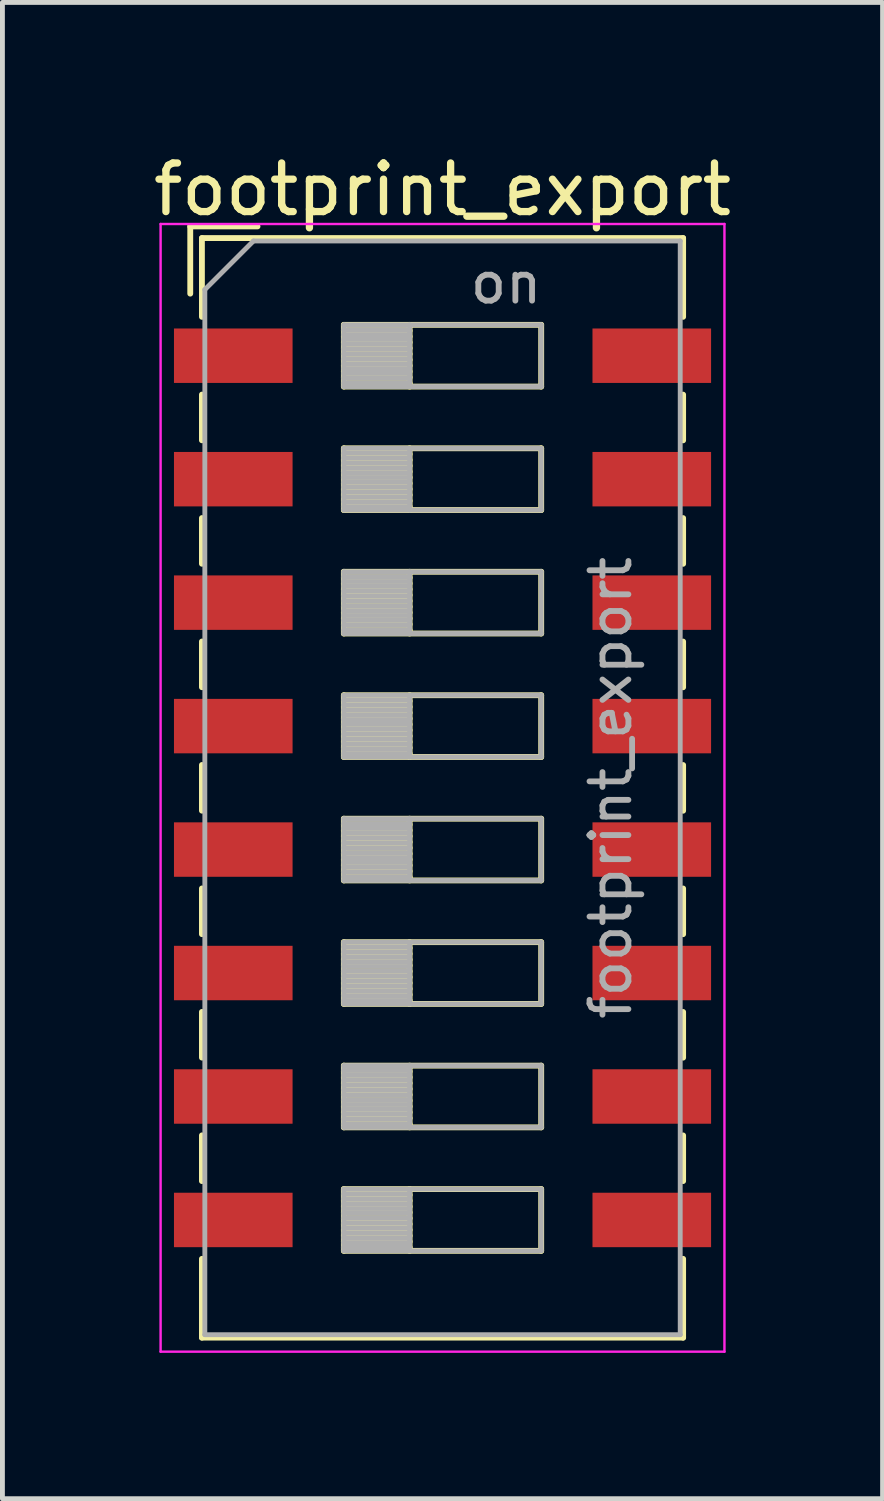
<source format=kicad_pcb>
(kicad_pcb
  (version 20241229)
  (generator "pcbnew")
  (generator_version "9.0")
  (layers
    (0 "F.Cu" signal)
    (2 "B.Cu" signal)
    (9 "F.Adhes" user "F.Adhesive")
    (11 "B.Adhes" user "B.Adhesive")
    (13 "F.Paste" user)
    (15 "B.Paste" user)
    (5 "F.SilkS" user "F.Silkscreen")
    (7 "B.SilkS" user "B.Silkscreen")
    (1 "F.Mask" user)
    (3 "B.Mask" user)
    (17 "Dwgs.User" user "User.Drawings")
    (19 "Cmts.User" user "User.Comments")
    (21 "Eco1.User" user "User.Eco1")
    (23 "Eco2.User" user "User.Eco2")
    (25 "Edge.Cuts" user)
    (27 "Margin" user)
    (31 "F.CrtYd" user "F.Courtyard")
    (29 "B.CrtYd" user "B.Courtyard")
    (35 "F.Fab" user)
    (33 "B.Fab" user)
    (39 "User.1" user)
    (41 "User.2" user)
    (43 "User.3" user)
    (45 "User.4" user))
  (footprint "footprint_export"
    (layer "F.Cu")
    (at 6.054 13.158)
    (property "Reference" "footprint_export" (at 0 -12.31 0) (layer "F.SilkS") (effects (font (size 1 1) (thickness 0.15))))
    (attr smd)
    (fp_line (start -5.19 -11.55) (end -5.19 -10.167) (stroke (width 0.12) (type solid)) (layer "F.SilkS"))
    (fp_line (start -5.19 -11.55) (end -3.806 -11.55) (stroke (width 0.12) (type solid)) (layer "F.SilkS"))
    (fp_line (start -4.95 -11.31) (end -4.95 -9.69) (stroke (width 0.12) (type solid)) (layer "F.SilkS"))
    (fp_line (start -4.95 -11.31) (end 4.95 -11.31) (stroke (width 0.12) (type solid)) (layer "F.SilkS"))
    (fp_line (start -4.95 -8.09) (end -4.95 -7.15) (stroke (width 0.12) (type solid)) (layer "F.SilkS"))
    (fp_line (start -4.95 -5.55) (end -4.95 -4.61) (stroke (width 0.12) (type solid)) (layer "F.SilkS"))
    (fp_line (start -4.95 -3.01) (end -4.95 -2.07) (stroke (width 0.12) (type solid)) (layer "F.SilkS"))
    (fp_line (start -4.95 -0.47) (end -4.95 0.47) (stroke (width 0.12) (type solid)) (layer "F.SilkS"))
    (fp_line (start -4.95 2.07) (end -4.95 3.01) (stroke (width 0.12) (type solid)) (layer "F.SilkS"))
    (fp_line (start -4.95 4.61) (end -4.95 5.55) (stroke (width 0.12) (type solid)) (layer "F.SilkS"))
    (fp_line (start -4.95 7.15) (end -4.95 8.09) (stroke (width 0.12) (type solid)) (layer "F.SilkS"))
    (fp_line (start -4.95 9.69) (end -4.95 11.311) (stroke (width 0.12) (type solid)) (layer "F.SilkS"))
    (fp_line (start -4.95 11.311) (end 4.95 11.311) (stroke (width 0.12) (type solid)) (layer "F.SilkS"))
    (fp_line (start -2.03 -9.525) (end -2.03 -8.255) (stroke (width 0.12) (type solid)) (layer "F.SilkS"))
    (fp_line (start -2.03 -9.405) (end -0.677 -9.405) (stroke (width 0.12) (type solid)) (layer "F.SilkS"))
    (fp_line (start -2.03 -9.285) (end -0.677 -9.285) (stroke (width 0.12) (type solid)) (layer "F.SilkS"))
    (fp_line (start -2.03 -9.165) (end -0.677 -9.165) (stroke (width 0.12) (type solid)) (layer "F.SilkS"))
    (fp_line (start -2.03 -9.045) (end -0.677 -9.045) (stroke (width 0.12) (type solid)) (layer "F.SilkS"))
    (fp_line (start -2.03 -8.925) (end -0.677 -8.925) (stroke (width 0.12) (type solid)) (layer "F.SilkS"))
    (fp_line (start -2.03 -8.805) (end -0.677 -8.805) (stroke (width 0.12) (type solid)) (layer "F.SilkS"))
    (fp_line (start -2.03 -8.685) (end -0.677 -8.685) (stroke (width 0.12) (type solid)) (layer "F.SilkS"))
    (fp_line (start -2.03 -8.565) (end -0.677 -8.565) (stroke (width 0.12) (type solid)) (layer "F.SilkS"))
    (fp_line (start -2.03 -8.445) (end -0.677 -8.445) (stroke (width 0.12) (type solid)) (layer "F.SilkS"))
    (fp_line (start -2.03 -8.325) (end -0.677 -8.325) (stroke (width 0.12) (type solid)) (layer "F.SilkS"))
    (fp_line (start -2.03 -8.255) (end 2.03 -8.255) (stroke (width 0.12) (type solid)) (layer "F.SilkS"))
    (fp_line (start -2.03 -6.985) (end -2.03 -5.715) (stroke (width 0.12) (type solid)) (layer "F.SilkS"))
    (fp_line (start -2.03 -6.865) (end -0.677 -6.865) (stroke (width 0.12) (type solid)) (layer "F.SilkS"))
    (fp_line (start -2.03 -6.745) (end -0.677 -6.745) (stroke (width 0.12) (type solid)) (layer "F.SilkS"))
    (fp_line (start -2.03 -6.625) (end -0.677 -6.625) (stroke (width 0.12) (type solid)) (layer "F.SilkS"))
    (fp_line (start -2.03 -6.505) (end -0.677 -6.505) (stroke (width 0.12) (type solid)) (layer "F.SilkS"))
    (fp_line (start -2.03 -6.385) (end -0.677 -6.385) (stroke (width 0.12) (type solid)) (layer "F.SilkS"))
    (fp_line (start -2.03 -6.265) (end -0.677 -6.265) (stroke (width 0.12) (type solid)) (layer "F.SilkS"))
    (fp_line (start -2.03 -6.145) (end -0.677 -6.145) (stroke (width 0.12) (type solid)) (layer "F.SilkS"))
    (fp_line (start -2.03 -6.025) (end -0.677 -6.025) (stroke (width 0.12) (type solid)) (layer "F.SilkS"))
    (fp_line (start -2.03 -5.905) (end -0.677 -5.905) (stroke (width 0.12) (type solid)) (layer "F.SilkS"))
    (fp_line (start -2.03 -5.785) (end -0.677 -5.785) (stroke (width 0.12) (type solid)) (layer "F.SilkS"))
    (fp_line (start -2.03 -5.715) (end 2.03 -5.715) (stroke (width 0.12) (type solid)) (layer "F.SilkS"))
    (fp_line (start -2.03 -4.445) (end -2.03 -3.175) (stroke (width 0.12) (type solid)) (layer "F.SilkS"))
    (fp_line (start -2.03 -4.325) (end -0.677 -4.325) (stroke (width 0.12) (type solid)) (layer "F.SilkS"))
    (fp_line (start -2.03 -4.205) (end -0.677 -4.205) (stroke (width 0.12) (type solid)) (layer "F.SilkS"))
    (fp_line (start -2.03 -4.085) (end -0.677 -4.085) (stroke (width 0.12) (type solid)) (layer "F.SilkS"))
    (fp_line (start -2.03 -3.965) (end -0.677 -3.965) (stroke (width 0.12) (type solid)) (layer "F.SilkS"))
    (fp_line (start -2.03 -3.845) (end -0.677 -3.845) (stroke (width 0.12) (type solid)) (layer "F.SilkS"))
    (fp_line (start -2.03 -3.725) (end -0.677 -3.725) (stroke (width 0.12) (type solid)) (layer "F.SilkS"))
    (fp_line (start -2.03 -3.605) (end -0.677 -3.605) (stroke (width 0.12) (type solid)) (layer "F.SilkS"))
    (fp_line (start -2.03 -3.485) (end -0.677 -3.485) (stroke (width 0.12) (type solid)) (layer "F.SilkS"))
    (fp_line (start -2.03 -3.365) (end -0.677 -3.365) (stroke (width 0.12) (type solid)) (layer "F.SilkS"))
    (fp_line (start -2.03 -3.245) (end -0.677 -3.245) (stroke (width 0.12) (type solid)) (layer "F.SilkS"))
    (fp_line (start -2.03 -3.175) (end 2.03 -3.175) (stroke (width 0.12) (type solid)) (layer "F.SilkS"))
    (fp_line (start -2.03 -1.905) (end -2.03 -0.635) (stroke (width 0.12) (type solid)) (layer "F.SilkS"))
    (fp_line (start -2.03 -1.785) (end -0.677 -1.785) (stroke (width 0.12) (type solid)) (layer "F.SilkS"))
    (fp_line (start -2.03 -1.665) (end -0.677 -1.665) (stroke (width 0.12) (type solid)) (layer "F.SilkS"))
    (fp_line (start -2.03 -1.545) (end -0.677 -1.545) (stroke (width 0.12) (type solid)) (layer "F.SilkS"))
    (fp_line (start -2.03 -1.425) (end -0.677 -1.425) (stroke (width 0.12) (type solid)) (layer "F.SilkS"))
    (fp_line (start -2.03 -1.305) (end -0.677 -1.305) (stroke (width 0.12) (type solid)) (layer "F.SilkS"))
    (fp_line (start -2.03 -1.185) (end -0.677 -1.185) (stroke (width 0.12) (type solid)) (layer "F.SilkS"))
    (fp_line (start -2.03 -1.065) (end -0.677 -1.065) (stroke (width 0.12) (type solid)) (layer "F.SilkS"))
    (fp_line (start -2.03 -0.945) (end -0.677 -0.945) (stroke (width 0.12) (type solid)) (layer "F.SilkS"))
    (fp_line (start -2.03 -0.825) (end -0.677 -0.825) (stroke (width 0.12) (type solid)) (layer "F.SilkS"))
    (fp_line (start -2.03 -0.705) (end -0.677 -0.705) (stroke (width 0.12) (type solid)) (layer "F.SilkS"))
    (fp_line (start -2.03 -0.635) (end 2.03 -0.635) (stroke (width 0.12) (type solid)) (layer "F.SilkS"))
    (fp_line (start -2.03 0.635) (end -2.03 1.905) (stroke (width 0.12) (type solid)) (layer "F.SilkS"))
    (fp_line (start -2.03 0.755) (end -0.677 0.755) (stroke (width 0.12) (type solid)) (layer "F.SilkS"))
    (fp_line (start -2.03 0.875) (end -0.677 0.875) (stroke (width 0.12) (type solid)) (layer "F.SilkS"))
    (fp_line (start -2.03 0.995) (end -0.677 0.995) (stroke (width 0.12) (type solid)) (layer "F.SilkS"))
    (fp_line (start -2.03 1.115) (end -0.677 1.115) (stroke (width 0.12) (type solid)) (layer "F.SilkS"))
    (fp_line (start -2.03 1.235) (end -0.677 1.235) (stroke (width 0.12) (type solid)) (layer "F.SilkS"))
    (fp_line (start -2.03 1.355) (end -0.677 1.355) (stroke (width 0.12) (type solid)) (layer "F.SilkS"))
    (fp_line (start -2.03 1.475) (end -0.677 1.475) (stroke (width 0.12) (type solid)) (layer "F.SilkS"))
    (fp_line (start -2.03 1.595) (end -0.677 1.595) (stroke (width 0.12) (type solid)) (layer "F.SilkS"))
    (fp_line (start -2.03 1.715) (end -0.677 1.715) (stroke (width 0.12) (type solid)) (layer "F.SilkS"))
    (fp_line (start -2.03 1.835) (end -0.677 1.835) (stroke (width 0.12) (type solid)) (layer "F.SilkS"))
    (fp_line (start -2.03 1.905) (end 2.03 1.905) (stroke (width 0.12) (type solid)) (layer "F.SilkS"))
    (fp_line (start -2.03 3.175) (end -2.03 4.445) (stroke (width 0.12) (type solid)) (layer "F.SilkS"))
    (fp_line (start -2.03 3.295) (end -0.677 3.295) (stroke (width 0.12) (type solid)) (layer "F.SilkS"))
    (fp_line (start -2.03 3.415) (end -0.677 3.415) (stroke (width 0.12) (type solid)) (layer "F.SilkS"))
    (fp_line (start -2.03 3.535) (end -0.677 3.535) (stroke (width 0.12) (type solid)) (layer "F.SilkS"))
    (fp_line (start -2.03 3.655) (end -0.677 3.655) (stroke (width 0.12) (type solid)) (layer "F.SilkS"))
    (fp_line (start -2.03 3.775) (end -0.677 3.775) (stroke (width 0.12) (type solid)) (layer "F.SilkS"))
    (fp_line (start -2.03 3.895) (end -0.677 3.895) (stroke (width 0.12) (type solid)) (layer "F.SilkS"))
    (fp_line (start -2.03 4.015) (end -0.677 4.015) (stroke (width 0.12) (type solid)) (layer "F.SilkS"))
    (fp_line (start -2.03 4.135) (end -0.677 4.135) (stroke (width 0.12) (type solid)) (layer "F.SilkS"))
    (fp_line (start -2.03 4.255) (end -0.677 4.255) (stroke (width 0.12) (type solid)) (layer "F.SilkS"))
    (fp_line (start -2.03 4.375) (end -0.677 4.375) (stroke (width 0.12) (type solid)) (layer "F.SilkS"))
    (fp_line (start -2.03 4.445) (end 2.03 4.445) (stroke (width 0.12) (type solid)) (layer "F.SilkS"))
    (fp_line (start -2.03 5.715) (end -2.03 6.985) (stroke (width 0.12) (type solid)) (layer "F.SilkS"))
    (fp_line (start -2.03 5.835) (end -0.677 5.835) (stroke (width 0.12) (type solid)) (layer "F.SilkS"))
    (fp_line (start -2.03 5.955) (end -0.677 5.955) (stroke (width 0.12) (type solid)) (layer "F.SilkS"))
    (fp_line (start -2.03 6.075) (end -0.677 6.075) (stroke (width 0.12) (type solid)) (layer "F.SilkS"))
    (fp_line (start -2.03 6.195) (end -0.677 6.195) (stroke (width 0.12) (type solid)) (layer "F.SilkS"))
    (fp_line (start -2.03 6.315) (end -0.677 6.315) (stroke (width 0.12) (type solid)) (layer "F.SilkS"))
    (fp_line (start -2.03 6.435) (end -0.677 6.435) (stroke (width 0.12) (type solid)) (layer "F.SilkS"))
    (fp_line (start -2.03 6.555) (end -0.677 6.555) (stroke (width 0.12) (type solid)) (layer "F.SilkS"))
    (fp_line (start -2.03 6.675) (end -0.677 6.675) (stroke (width 0.12) (type solid)) (layer "F.SilkS"))
    (fp_line (start -2.03 6.795) (end -0.677 6.795) (stroke (width 0.12) (type solid)) (layer "F.SilkS"))
    (fp_line (start -2.03 6.915) (end -0.677 6.915) (stroke (width 0.12) (type solid)) (layer "F.SilkS"))
    (fp_line (start -2.03 6.985) (end 2.03 6.985) (stroke (width 0.12) (type solid)) (layer "F.SilkS"))
    (fp_line (start -2.03 8.255) (end -2.03 9.525) (stroke (width 0.12) (type solid)) (layer "F.SilkS"))
    (fp_line (start -2.03 8.375) (end -0.677 8.375) (stroke (width 0.12) (type solid)) (layer "F.SilkS"))
    (fp_line (start -2.03 8.495) (end -0.677 8.495) (stroke (width 0.12) (type solid)) (layer "F.SilkS"))
    (fp_line (start -2.03 8.615) (end -0.677 8.615) (stroke (width 0.12) (type solid)) (layer "F.SilkS"))
    (fp_line (start -2.03 8.735) (end -0.677 8.735) (stroke (width 0.12) (type solid)) (layer "F.SilkS"))
    (fp_line (start -2.03 8.855) (end -0.677 8.855) (stroke (width 0.12) (type solid)) (layer "F.SilkS"))
    (fp_line (start -2.03 8.975) (end -0.677 8.975) (stroke (width 0.12) (type solid)) (layer "F.SilkS"))
    (fp_line (start -2.03 9.095) (end -0.677 9.095) (stroke (width 0.12) (type solid)) (layer "F.SilkS"))
    (fp_line (start -2.03 9.215) (end -0.677 9.215) (stroke (width 0.12) (type solid)) (layer "F.SilkS"))
    (fp_line (start -2.03 9.335) (end -0.677 9.335) (stroke (width 0.12) (type solid)) (layer "F.SilkS"))
    (fp_line (start -2.03 9.455) (end -0.677 9.455) (stroke (width 0.12) (type solid)) (layer "F.SilkS"))
    (fp_line (start -2.03 9.525) (end 2.03 9.525) (stroke (width 0.12) (type solid)) (layer "F.SilkS"))
    (fp_line (start -0.677 -9.525) (end -0.677 -8.255) (stroke (width 0.12) (type solid)) (layer "F.SilkS"))
    (fp_line (start -0.677 -6.985) (end -0.677 -5.715) (stroke (width 0.12) (type solid)) (layer "F.SilkS"))
    (fp_line (start -0.677 -4.445) (end -0.677 -3.175) (stroke (width 0.12) (type solid)) (layer "F.SilkS"))
    (fp_line (start -0.677 -1.905) (end -0.677 -0.635) (stroke (width 0.12) (type solid)) (layer "F.SilkS"))
    (fp_line (start -0.677 0.635) (end -0.677 1.905) (stroke (width 0.12) (type solid)) (layer "F.SilkS"))
    (fp_line (start -0.677 3.175) (end -0.677 4.445) (stroke (width 0.12) (type solid)) (layer "F.SilkS"))
    (fp_line (start -0.677 5.715) (end -0.677 6.985) (stroke (width 0.12) (type solid)) (layer "F.SilkS"))
    (fp_line (start -0.677 8.255) (end -0.677 9.525) (stroke (width 0.12) (type solid)) (layer "F.SilkS"))
    (fp_line (start 2.03 -9.525) (end -2.03 -9.525) (stroke (width 0.12) (type solid)) (layer "F.SilkS"))
    (fp_line (start 2.03 -8.255) (end 2.03 -9.525) (stroke (width 0.12) (type solid)) (layer "F.SilkS"))
    (fp_line (start 2.03 -6.985) (end -2.03 -6.985) (stroke (width 0.12) (type solid)) (layer "F.SilkS"))
    (fp_line (start 2.03 -5.715) (end 2.03 -6.985) (stroke (width 0.12) (type solid)) (layer "F.SilkS"))
    (fp_line (start 2.03 -4.445) (end -2.03 -4.445) (stroke (width 0.12) (type solid)) (layer "F.SilkS"))
    (fp_line (start 2.03 -3.175) (end 2.03 -4.445) (stroke (width 0.12) (type solid)) (layer "F.SilkS"))
    (fp_line (start 2.03 -1.905) (end -2.03 -1.905) (stroke (width 0.12) (type solid)) (layer "F.SilkS"))
    (fp_line (start 2.03 -0.635) (end 2.03 -1.905) (stroke (width 0.12) (type solid)) (layer "F.SilkS"))
    (fp_line (start 2.03 0.635) (end -2.03 0.635) (stroke (width 0.12) (type solid)) (layer "F.SilkS"))
    (fp_line (start 2.03 1.905) (end 2.03 0.635) (stroke (width 0.12) (type solid)) (layer "F.SilkS"))
    (fp_line (start 2.03 3.175) (end -2.03 3.175) (stroke (width 0.12) (type solid)) (layer "F.SilkS"))
    (fp_line (start 2.03 4.445) (end 2.03 3.175) (stroke (width 0.12) (type solid)) (layer "F.SilkS"))
    (fp_line (start 2.03 5.715) (end -2.03 5.715) (stroke (width 0.12) (type solid)) (layer "F.SilkS"))
    (fp_line (start 2.03 6.985) (end 2.03 5.715) (stroke (width 0.12) (type solid)) (layer "F.SilkS"))
    (fp_line (start 2.03 8.255) (end -2.03 8.255) (stroke (width 0.12) (type solid)) (layer "F.SilkS"))
    (fp_line (start 2.03 9.525) (end 2.03 8.255) (stroke (width 0.12) (type solid)) (layer "F.SilkS"))
    (fp_line (start 4.95 -11.31) (end 4.95 -9.69) (stroke (width 0.12) (type solid)) (layer "F.SilkS"))
    (fp_line (start 4.95 -8.089) (end 4.95 -7.149) (stroke (width 0.12) (type solid)) (layer "F.SilkS"))
    (fp_line (start 4.95 -5.549) (end 4.95 -4.609) (stroke (width 0.12) (type solid)) (layer "F.SilkS"))
    (fp_line (start 4.95 -3.009) (end 4.95 -2.069) (stroke (width 0.12) (type solid)) (layer "F.SilkS"))
    (fp_line (start 4.95 -0.469) (end 4.95 0.471) (stroke (width 0.12) (type solid)) (layer "F.SilkS"))
    (fp_line (start 4.95 2.071) (end 4.95 3.011) (stroke (width 0.12) (type solid)) (layer "F.SilkS"))
    (fp_line (start 4.95 4.611) (end 4.95 5.551) (stroke (width 0.12) (type solid)) (layer "F.SilkS"))
    (fp_line (start 4.95 7.151) (end 4.95 8.09) (stroke (width 0.12) (type solid)) (layer "F.SilkS"))
    (fp_line (start 4.95 9.69) (end 4.95 11.311) (stroke (width 0.12) (type solid)) (layer "F.SilkS"))
    (fp_line (start -5.8 -11.6) (end -5.8 11.6) (stroke (width 0.05) (type solid)) (layer "F.CrtYd"))
    (fp_line (start -5.8 11.6) (end 5.8 11.6) (stroke (width 0.05) (type solid)) (layer "F.CrtYd"))
    (fp_line (start 5.8 -11.6) (end -5.8 -11.6) (stroke (width 0.05) (type solid)) (layer "F.CrtYd"))
    (fp_line (start 5.8 11.6) (end 5.8 -11.6) (stroke (width 0.05) (type solid)) (layer "F.CrtYd"))
    (fp_line (start -4.89 -10.25) (end -3.89 -11.25) (stroke (width 0.1) (type solid)) (layer "F.Fab"))
    (fp_line (start -4.89 11.25) (end -4.89 -10.25) (stroke (width 0.1) (type solid)) (layer "F.Fab"))
    (fp_line (start -3.89 -11.25) (end 4.89 -11.25) (stroke (width 0.1) (type solid)) (layer "F.Fab"))
    (fp_line (start -2.03 -9.525) (end -2.03 -8.255) (stroke (width 0.1) (type solid)) (layer "F.Fab"))
    (fp_line (start -2.03 -9.425) (end -0.677 -9.425) (stroke (width 0.1) (type solid)) (layer "F.Fab"))
    (fp_line (start -2.03 -9.325) (end -0.677 -9.325) (stroke (width 0.1) (type solid)) (layer "F.Fab"))
    (fp_line (start -2.03 -9.225) (end -0.677 -9.225) (stroke (width 0.1) (type solid)) (layer "F.Fab"))
    (fp_line (start -2.03 -9.125) (end -0.677 -9.125) (stroke (width 0.1) (type solid)) (layer "F.Fab"))
    (fp_line (start -2.03 -9.025) (end -0.677 -9.025) (stroke (width 0.1) (type solid)) (layer "F.Fab"))
    (fp_line (start -2.03 -8.925) (end -0.677 -8.925) (stroke (width 0.1) (type solid)) (layer "F.Fab"))
    (fp_line (start -2.03 -8.825) (end -0.677 -8.825) (stroke (width 0.1) (type solid)) (layer "F.Fab"))
    (fp_line (start -2.03 -8.725) (end -0.677 -8.725) (stroke (width 0.1) (type solid)) (layer "F.Fab"))
    (fp_line (start -2.03 -8.625) (end -0.677 -8.625) (stroke (width 0.1) (type solid)) (layer "F.Fab"))
    (fp_line (start -2.03 -8.525) (end -0.677 -8.525) (stroke (width 0.1) (type solid)) (layer "F.Fab"))
    (fp_line (start -2.03 -8.425) (end -0.677 -8.425) (stroke (width 0.1) (type solid)) (layer "F.Fab"))
    (fp_line (start -2.03 -8.325) (end -0.677 -8.325) (stroke (width 0.1) (type solid)) (layer "F.Fab"))
    (fp_line (start -2.03 -8.255) (end 2.03 -8.255) (stroke (width 0.1) (type solid)) (layer "F.Fab"))
    (fp_line (start -2.03 -6.985) (end -2.03 -5.715) (stroke (width 0.1) (type solid)) (layer "F.Fab"))
    (fp_line (start -2.03 -6.885) (end -0.677 -6.885) (stroke (width 0.1) (type solid)) (layer "F.Fab"))
    (fp_line (start -2.03 -6.785) (end -0.677 -6.785) (stroke (width 0.1) (type solid)) (layer "F.Fab"))
    (fp_line (start -2.03 -6.685) (end -0.677 -6.685) (stroke (width 0.1) (type solid)) (layer "F.Fab"))
    (fp_line (start -2.03 -6.585) (end -0.677 -6.585) (stroke (width 0.1) (type solid)) (layer "F.Fab"))
    (fp_line (start -2.03 -6.485) (end -0.677 -6.485) (stroke (width 0.1) (type solid)) (layer "F.Fab"))
    (fp_line (start -2.03 -6.385) (end -0.677 -6.385) (stroke (width 0.1) (type solid)) (layer "F.Fab"))
    (fp_line (start -2.03 -6.285) (end -0.677 -6.285) (stroke (width 0.1) (type solid)) (layer "F.Fab"))
    (fp_line (start -2.03 -6.185) (end -0.677 -6.185) (stroke (width 0.1) (type solid)) (layer "F.Fab"))
    (fp_line (start -2.03 -6.085) (end -0.677 -6.085) (stroke (width 0.1) (type solid)) (layer "F.Fab"))
    (fp_line (start -2.03 -5.985) (end -0.677 -5.985) (stroke (width 0.1) (type solid)) (layer "F.Fab"))
    (fp_line (start -2.03 -5.885) (end -0.677 -5.885) (stroke (width 0.1) (type solid)) (layer "F.Fab"))
    (fp_line (start -2.03 -5.785) (end -0.677 -5.785) (stroke (width 0.1) (type solid)) (layer "F.Fab"))
    (fp_line (start -2.03 -5.715) (end 2.03 -5.715) (stroke (width 0.1) (type solid)) (layer "F.Fab"))
    (fp_line (start -2.03 -4.445) (end -2.03 -3.175) (stroke (width 0.1) (type solid)) (layer "F.Fab"))
    (fp_line (start -2.03 -4.345) (end -0.677 -4.345) (stroke (width 0.1) (type solid)) (layer "F.Fab"))
    (fp_line (start -2.03 -4.245) (end -0.677 -4.245) (stroke (width 0.1) (type solid)) (layer "F.Fab"))
    (fp_line (start -2.03 -4.145) (end -0.677 -4.145) (stroke (width 0.1) (type solid)) (layer "F.Fab"))
    (fp_line (start -2.03 -4.045) (end -0.677 -4.045) (stroke (width 0.1) (type solid)) (layer "F.Fab"))
    (fp_line (start -2.03 -3.945) (end -0.677 -3.945) (stroke (width 0.1) (type solid)) (layer "F.Fab"))
    (fp_line (start -2.03 -3.845) (end -0.677 -3.845) (stroke (width 0.1) (type solid)) (layer "F.Fab"))
    (fp_line (start -2.03 -3.745) (end -0.677 -3.745) (stroke (width 0.1) (type solid)) (layer "F.Fab"))
    (fp_line (start -2.03 -3.645) (end -0.677 -3.645) (stroke (width 0.1) (type solid)) (layer "F.Fab"))
    (fp_line (start -2.03 -3.545) (end -0.677 -3.545) (stroke (width 0.1) (type solid)) (layer "F.Fab"))
    (fp_line (start -2.03 -3.445) (end -0.677 -3.445) (stroke (width 0.1) (type solid)) (layer "F.Fab"))
    (fp_line (start -2.03 -3.345) (end -0.677 -3.345) (stroke (width 0.1) (type solid)) (layer "F.Fab"))
    (fp_line (start -2.03 -3.245) (end -0.677 -3.245) (stroke (width 0.1) (type solid)) (layer "F.Fab"))
    (fp_line (start -2.03 -3.175) (end 2.03 -3.175) (stroke (width 0.1) (type solid)) (layer "F.Fab"))
    (fp_line (start -2.03 -1.905) (end -2.03 -0.635) (stroke (width 0.1) (type solid)) (layer "F.Fab"))
    (fp_line (start -2.03 -1.805) (end -0.677 -1.805) (stroke (width 0.1) (type solid)) (layer "F.Fab"))
    (fp_line (start -2.03 -1.705) (end -0.677 -1.705) (stroke (width 0.1) (type solid)) (layer "F.Fab"))
    (fp_line (start -2.03 -1.605) (end -0.677 -1.605) (stroke (width 0.1) (type solid)) (layer "F.Fab"))
    (fp_line (start -2.03 -1.505) (end -0.677 -1.505) (stroke (width 0.1) (type solid)) (layer "F.Fab"))
    (fp_line (start -2.03 -1.405) (end -0.677 -1.405) (stroke (width 0.1) (type solid)) (layer "F.Fab"))
    (fp_line (start -2.03 -1.305) (end -0.677 -1.305) (stroke (width 0.1) (type solid)) (layer "F.Fab"))
    (fp_line (start -2.03 -1.205) (end -0.677 -1.205) (stroke (width 0.1) (type solid)) (layer "F.Fab"))
    (fp_line (start -2.03 -1.105) (end -0.677 -1.105) (stroke (width 0.1) (type solid)) (layer "F.Fab"))
    (fp_line (start -2.03 -1.005) (end -0.677 -1.005) (stroke (width 0.1) (type solid)) (layer "F.Fab"))
    (fp_line (start -2.03 -0.905) (end -0.677 -0.905) (stroke (width 0.1) (type solid)) (layer "F.Fab"))
    (fp_line (start -2.03 -0.805) (end -0.677 -0.805) (stroke (width 0.1) (type solid)) (layer "F.Fab"))
    (fp_line (start -2.03 -0.705) (end -0.677 -0.705) (stroke (width 0.1) (type solid)) (layer "F.Fab"))
    (fp_line (start -2.03 -0.635) (end 2.03 -0.635) (stroke (width 0.1) (type solid)) (layer "F.Fab"))
    (fp_line (start -2.03 0.635) (end -2.03 1.905) (stroke (width 0.1) (type solid)) (layer "F.Fab"))
    (fp_line (start -2.03 0.735) (end -0.677 0.735) (stroke (width 0.1) (type solid)) (layer "F.Fab"))
    (fp_line (start -2.03 0.835) (end -0.677 0.835) (stroke (width 0.1) (type solid)) (layer "F.Fab"))
    (fp_line (start -2.03 0.935) (end -0.677 0.935) (stroke (width 0.1) (type solid)) (layer "F.Fab"))
    (fp_line (start -2.03 1.035) (end -0.677 1.035) (stroke (width 0.1) (type solid)) (layer "F.Fab"))
    (fp_line (start -2.03 1.135) (end -0.677 1.135) (stroke (width 0.1) (type solid)) (layer "F.Fab"))
    (fp_line (start -2.03 1.235) (end -0.677 1.235) (stroke (width 0.1) (type solid)) (layer "F.Fab"))
    (fp_line (start -2.03 1.335) (end -0.677 1.335) (stroke (width 0.1) (type solid)) (layer "F.Fab"))
    (fp_line (start -2.03 1.435) (end -0.677 1.435) (stroke (width 0.1) (type solid)) (layer "F.Fab"))
    (fp_line (start -2.03 1.535) (end -0.677 1.535) (stroke (width 0.1) (type solid)) (layer "F.Fab"))
    (fp_line (start -2.03 1.635) (end -0.677 1.635) (stroke (width 0.1) (type solid)) (layer "F.Fab"))
    (fp_line (start -2.03 1.735) (end -0.677 1.735) (stroke (width 0.1) (type solid)) (layer "F.Fab"))
    (fp_line (start -2.03 1.835) (end -0.677 1.835) (stroke (width 0.1) (type solid)) (layer "F.Fab"))
    (fp_line (start -2.03 1.905) (end 2.03 1.905) (stroke (width 0.1) (type solid)) (layer "F.Fab"))
    (fp_line (start -2.03 3.175) (end -2.03 4.445) (stroke (width 0.1) (type solid)) (layer "F.Fab"))
    (fp_line (start -2.03 3.275) (end -0.677 3.275) (stroke (width 0.1) (type solid)) (layer "F.Fab"))
    (fp_line (start -2.03 3.375) (end -0.677 3.375) (stroke (width 0.1) (type solid)) (layer "F.Fab"))
    (fp_line (start -2.03 3.475) (end -0.677 3.475) (stroke (width 0.1) (type solid)) (layer "F.Fab"))
    (fp_line (start -2.03 3.575) (end -0.677 3.575) (stroke (width 0.1) (type solid)) (layer "F.Fab"))
    (fp_line (start -2.03 3.675) (end -0.677 3.675) (stroke (width 0.1) (type solid)) (layer "F.Fab"))
    (fp_line (start -2.03 3.775) (end -0.677 3.775) (stroke (width 0.1) (type solid)) (layer "F.Fab"))
    (fp_line (start -2.03 3.875) (end -0.677 3.875) (stroke (width 0.1) (type solid)) (layer "F.Fab"))
    (fp_line (start -2.03 3.975) (end -0.677 3.975) (stroke (width 0.1) (type solid)) (layer "F.Fab"))
    (fp_line (start -2.03 4.075) (end -0.677 4.075) (stroke (width 0.1) (type solid)) (layer "F.Fab"))
    (fp_line (start -2.03 4.175) (end -0.677 4.175) (stroke (width 0.1) (type solid)) (layer "F.Fab"))
    (fp_line (start -2.03 4.275) (end -0.677 4.275) (stroke (width 0.1) (type solid)) (layer "F.Fab"))
    (fp_line (start -2.03 4.375) (end -0.677 4.375) (stroke (width 0.1) (type solid)) (layer "F.Fab"))
    (fp_line (start -2.03 4.445) (end 2.03 4.445) (stroke (width 0.1) (type solid)) (layer "F.Fab"))
    (fp_line (start -2.03 5.715) (end -2.03 6.985) (stroke (width 0.1) (type solid)) (layer "F.Fab"))
    (fp_line (start -2.03 5.815) (end -0.677 5.815) (stroke (width 0.1) (type solid)) (layer "F.Fab"))
    (fp_line (start -2.03 5.915) (end -0.677 5.915) (stroke (width 0.1) (type solid)) (layer "F.Fab"))
    (fp_line (start -2.03 6.015) (end -0.677 6.015) (stroke (width 0.1) (type solid)) (layer "F.Fab"))
    (fp_line (start -2.03 6.115) (end -0.677 6.115) (stroke (width 0.1) (type solid)) (layer "F.Fab"))
    (fp_line (start -2.03 6.215) (end -0.677 6.215) (stroke (width 0.1) (type solid)) (layer "F.Fab"))
    (fp_line (start -2.03 6.315) (end -0.677 6.315) (stroke (width 0.1) (type solid)) (layer "F.Fab"))
    (fp_line (start -2.03 6.415) (end -0.677 6.415) (stroke (width 0.1) (type solid)) (layer "F.Fab"))
    (fp_line (start -2.03 6.515) (end -0.677 6.515) (stroke (width 0.1) (type solid)) (layer "F.Fab"))
    (fp_line (start -2.03 6.615) (end -0.677 6.615) (stroke (width 0.1) (type solid)) (layer "F.Fab"))
    (fp_line (start -2.03 6.715) (end -0.677 6.715) (stroke (width 0.1) (type solid)) (layer "F.Fab"))
    (fp_line (start -2.03 6.815) (end -0.677 6.815) (stroke (width 0.1) (type solid)) (layer "F.Fab"))
    (fp_line (start -2.03 6.915) (end -0.677 6.915) (stroke (width 0.1) (type solid)) (layer "F.Fab"))
    (fp_line (start -2.03 6.985) (end 2.03 6.985) (stroke (width 0.1) (type solid)) (layer "F.Fab"))
    (fp_line (start -2.03 8.255) (end -2.03 9.525) (stroke (width 0.1) (type solid)) (layer "F.Fab"))
    (fp_line (start -2.03 8.355) (end -0.677 8.355) (stroke (width 0.1) (type solid)) (layer "F.Fab"))
    (fp_line (start -2.03 8.455) (end -0.677 8.455) (stroke (width 0.1) (type solid)) (layer "F.Fab"))
    (fp_line (start -2.03 8.555) (end -0.677 8.555) (stroke (width 0.1) (type solid)) (layer "F.Fab"))
    (fp_line (start -2.03 8.655) (end -0.677 8.655) (stroke (width 0.1) (type solid)) (layer "F.Fab"))
    (fp_line (start -2.03 8.755) (end -0.677 8.755) (stroke (width 0.1) (type solid)) (layer "F.Fab"))
    (fp_line (start -2.03 8.855) (end -0.677 8.855) (stroke (width 0.1) (type solid)) (layer "F.Fab"))
    (fp_line (start -2.03 8.955) (end -0.677 8.955) (stroke (width 0.1) (type solid)) (layer "F.Fab"))
    (fp_line (start -2.03 9.055) (end -0.677 9.055) (stroke (width 0.1) (type solid)) (layer "F.Fab"))
    (fp_line (start -2.03 9.155) (end -0.677 9.155) (stroke (width 0.1) (type solid)) (layer "F.Fab"))
    (fp_line (start -2.03 9.255) (end -0.677 9.255) (stroke (width 0.1) (type solid)) (layer "F.Fab"))
    (fp_line (start -2.03 9.355) (end -0.677 9.355) (stroke (width 0.1) (type solid)) (layer "F.Fab"))
    (fp_line (start -2.03 9.455) (end -0.677 9.455) (stroke (width 0.1) (type solid)) (layer "F.Fab"))
    (fp_line (start -2.03 9.525) (end 2.03 9.525) (stroke (width 0.1) (type solid)) (layer "F.Fab"))
    (fp_line (start -0.677 -9.525) (end -0.677 -8.255) (stroke (width 0.1) (type solid)) (layer "F.Fab"))
    (fp_line (start -0.677 -6.985) (end -0.677 -5.715) (stroke (width 0.1) (type solid)) (layer "F.Fab"))
    (fp_line (start -0.677 -4.445) (end -0.677 -3.175) (stroke (width 0.1) (type solid)) (layer "F.Fab"))
    (fp_line (start -0.677 -1.905) (end -0.677 -0.635) (stroke (width 0.1) (type solid)) (layer "F.Fab"))
    (fp_line (start -0.677 0.635) (end -0.677 1.905) (stroke (width 0.1) (type solid)) (layer "F.Fab"))
    (fp_line (start -0.677 3.175) (end -0.677 4.445) (stroke (width 0.1) (type solid)) (layer "F.Fab"))
    (fp_line (start -0.677 5.715) (end -0.677 6.985) (stroke (width 0.1) (type solid)) (layer "F.Fab"))
    (fp_line (start -0.677 8.255) (end -0.677 9.525) (stroke (width 0.1) (type solid)) (layer "F.Fab"))
    (fp_line (start 2.03 -9.525) (end -2.03 -9.525) (stroke (width 0.1) (type solid)) (layer "F.Fab"))
    (fp_line (start 2.03 -8.255) (end 2.03 -9.525) (stroke (width 0.1) (type solid)) (layer "F.Fab"))
    (fp_line (start 2.03 -6.985) (end -2.03 -6.985) (stroke (width 0.1) (type solid)) (layer "F.Fab"))
    (fp_line (start 2.03 -5.715) (end 2.03 -6.985) (stroke (width 0.1) (type solid)) (layer "F.Fab"))
    (fp_line (start 2.03 -4.445) (end -2.03 -4.445) (stroke (width 0.1) (type solid)) (layer "F.Fab"))
    (fp_line (start 2.03 -3.175) (end 2.03 -4.445) (stroke (width 0.1) (type solid)) (layer "F.Fab"))
    (fp_line (start 2.03 -1.905) (end -2.03 -1.905) (stroke (width 0.1) (type solid)) (layer "F.Fab"))
    (fp_line (start 2.03 -0.635) (end 2.03 -1.905) (stroke (width 0.1) (type solid)) (layer "F.Fab"))
    (fp_line (start 2.03 0.635) (end -2.03 0.635) (stroke (width 0.1) (type solid)) (layer "F.Fab"))
    (fp_line (start 2.03 1.905) (end 2.03 0.635) (stroke (width 0.1) (type solid)) (layer "F.Fab"))
    (fp_line (start 2.03 3.175) (end -2.03 3.175) (stroke (width 0.1) (type solid)) (layer "F.Fab"))
    (fp_line (start 2.03 4.445) (end 2.03 3.175) (stroke (width 0.1) (type solid)) (layer "F.Fab"))
    (fp_line (start 2.03 5.715) (end -2.03 5.715) (stroke (width 0.1) (type solid)) (layer "F.Fab"))
    (fp_line (start 2.03 6.985) (end 2.03 5.715) (stroke (width 0.1) (type solid)) (layer "F.Fab"))
    (fp_line (start 2.03 8.255) (end -2.03 8.255) (stroke (width 0.1) (type solid)) (layer "F.Fab"))
    (fp_line (start 2.03 9.525) (end 2.03 8.255) (stroke (width 0.1) (type solid)) (layer "F.Fab"))
    (fp_line (start 4.89 -11.25) (end 4.89 11.25) (stroke (width 0.1) (type solid)) (layer "F.Fab"))
    (fp_line (start 4.89 11.25) (end -4.89 11.25) (stroke (width 0.1) (type solid)) (layer "F.Fab"))
    (fp_text user "on" (at 1.308 -10.387 0) (layer "F.Fab") (effects (font (size 0.8 0.8) (thickness 0.12))))
    (fp_text user "${REFERENCE}" (at 3.46 0 90) (layer "F.Fab") (effects (font (size 0.8 0.8) (thickness 0.12))))
    (pad "1" smd rect (at -4.305 -8.89) (size 2.44 1.12) (layers "F.Cu" "F.Mask" "F.Paste"))
    (pad "2" smd rect (at -4.305 -6.35) (size 2.44 1.12) (layers "F.Cu" "F.Mask" "F.Paste"))
    (pad "3" smd rect (at -4.305 -3.81) (size 2.44 1.12) (layers "F.Cu" "F.Mask" "F.Paste"))
    (pad "4" smd rect (at -4.305 -1.27) (size 2.44 1.12) (layers "F.Cu" "F.Mask" "F.Paste"))
    (pad "5" smd rect (at -4.305 1.27) (size 2.44 1.12) (layers "F.Cu" "F.Mask" "F.Paste"))
    (pad "6" smd rect (at -4.305 3.81) (size 2.44 1.12) (layers "F.Cu" "F.Mask" "F.Paste"))
    (pad "7" smd rect (at -4.305 6.35) (size 2.44 1.12) (layers "F.Cu" "F.Mask" "F.Paste"))
    (pad "8" smd rect (at -4.305 8.89) (size 2.44 1.12) (layers "F.Cu" "F.Mask" "F.Paste"))
    (pad "9" smd rect (at 4.305 8.89) (size 2.44 1.12) (layers "F.Cu" "F.Mask" "F.Paste"))
    (pad "10" smd rect (at 4.305 6.35) (size 2.44 1.12) (layers "F.Cu" "F.Mask" "F.Paste"))
    (pad "11" smd rect (at 4.305 3.81) (size 2.44 1.12) (layers "F.Cu" "F.Mask" "F.Paste"))
    (pad "12" smd rect (at 4.305 1.27) (size 2.44 1.12) (layers "F.Cu" "F.Mask" "F.Paste"))
    (pad "13" smd rect (at 4.305 -1.27) (size 2.44 1.12) (layers "F.Cu" "F.Mask" "F.Paste"))
    (pad "14" smd rect (at 4.305 -3.81) (size 2.44 1.12) (layers "F.Cu" "F.Mask" "F.Paste"))
    (pad "15" smd rect (at 4.305 -6.35) (size 2.44 1.12) (layers "F.Cu" "F.Mask" "F.Paste"))
    (pad "16" smd rect (at 4.305 -8.89) (size 2.44 1.12) (layers "F.Cu" "F.Mask" "F.Paste")))
  (gr_rect
    (start -3 -3)
    (end 15.107 27.783)
    (stroke (width 0.1) (type default))
    (fill no)
    (layer "Edge.Cuts")))
</source>
